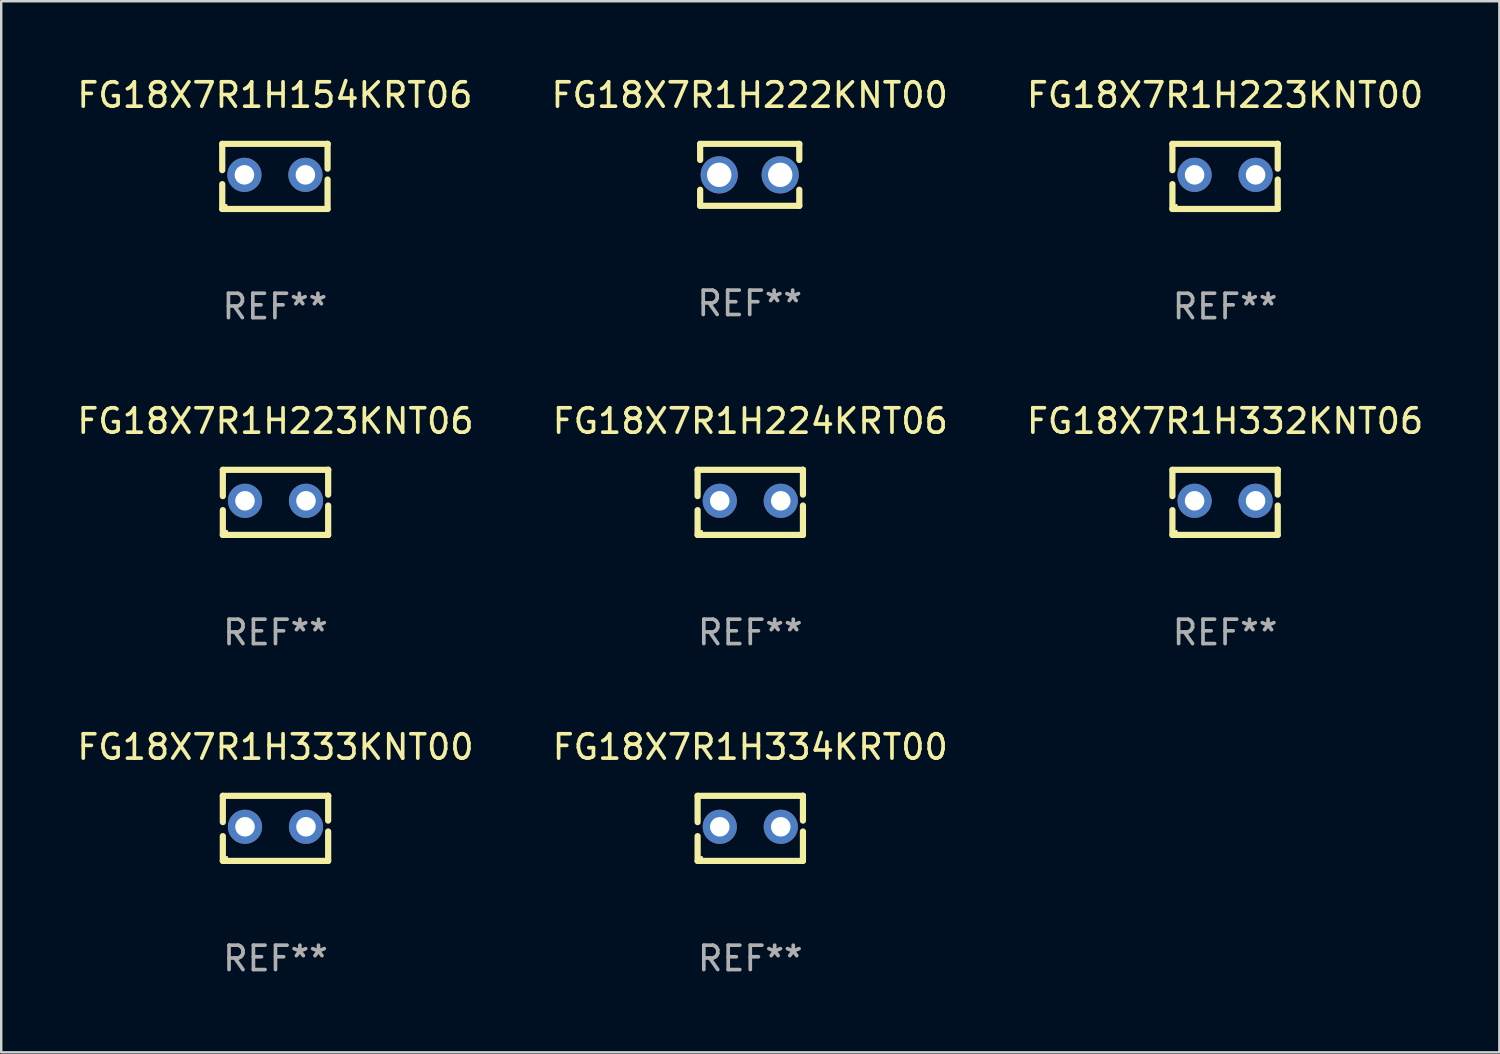
<source format=kicad_pcb>
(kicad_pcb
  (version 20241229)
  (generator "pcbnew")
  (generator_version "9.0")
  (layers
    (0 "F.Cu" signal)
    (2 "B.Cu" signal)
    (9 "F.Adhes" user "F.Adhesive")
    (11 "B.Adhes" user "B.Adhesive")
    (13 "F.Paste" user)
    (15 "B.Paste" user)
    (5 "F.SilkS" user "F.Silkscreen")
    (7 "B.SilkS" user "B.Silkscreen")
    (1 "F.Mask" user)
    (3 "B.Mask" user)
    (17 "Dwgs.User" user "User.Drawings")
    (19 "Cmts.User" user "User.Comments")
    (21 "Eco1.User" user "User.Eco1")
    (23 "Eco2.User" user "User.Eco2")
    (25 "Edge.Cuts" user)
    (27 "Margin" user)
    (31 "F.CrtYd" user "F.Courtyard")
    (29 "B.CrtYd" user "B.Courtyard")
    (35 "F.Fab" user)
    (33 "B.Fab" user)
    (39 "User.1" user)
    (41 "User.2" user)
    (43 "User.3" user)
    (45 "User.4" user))
  (footprint "FG18X7R1H222KNT00"
    (layer "F.Cu")
    (at 27.685 4.118)
    (property "Reference" "FG18X7R1H222KNT00" (at 0 -3.27 0) (layer "F.SilkS") (effects (font (size 1 1) (thickness 0.15))))
    (attr through_hole)
    (fp_line (start -2.032 -1.27) (end -2.032 -0.611) (stroke (width 0.254) (type solid)) (layer "F.SilkS"))
    (fp_line (start -2.032 0.611) (end -2.032 1.27) (stroke (width 0.254) (type solid)) (layer "F.SilkS"))
    (fp_line (start -2.032 1.27) (end 2.032 1.27) (stroke (width 0.254) (type solid)) (layer "F.SilkS"))
    (fp_line (start 2.032 -1.27) (end -2.032 -1.27) (stroke (width 0.254) (type solid)) (layer "F.SilkS"))
    (fp_line (start 2.032 -0.611) (end 2.032 -1.27) (stroke (width 0.254) (type solid)) (layer "F.SilkS"))
    (fp_line (start 2.032 1.27) (end 2.032 0.611) (stroke (width 0.254) (type solid)) (layer "F.SilkS"))
    (fp_circle (center -2 1.25) (end -1.97 1.25) (stroke (width 0.06) (type solid)) (fill no) (layer "F.SilkS"))
    (fp_text user "REF**" (at 0 5.27 0) (layer "F.Fab") (effects (font (size 1 1) (thickness 0.15))))
    (pad "1" thru_hole circle (at -1.25 0) (size 1.524 1.524) (drill 1) (layers "*.Cu" "*.Mask"))
    (pad "2" thru_hole circle (at 1.25 0) (size 1.524 1.524) (drill 1) (layers "*.Cu" "*.Mask")))
  (footprint "FG18X7R1H332KNT06"
    (layer "F.Cu")
    (at 47.173 17.545)
    (property "Reference" "FG18X7R1H332KNT06" (at 0 -3.334 0) (layer "F.SilkS") (effects (font (size 1 1) (thickness 0.15))))
    (attr through_hole)
    (fp_line (start -2.159 -1.334) (end 2.159 -1.334) (stroke (width 0.254) (type solid)) (layer "F.SilkS"))
    (fp_line (start -2.159 -0.256) (end -2.159 -1.334) (stroke (width 0.254) (type solid)) (layer "F.SilkS"))
    (fp_line (start -2.159 1.334) (end -2.159 0.318) (stroke (width 0.254) (type solid)) (layer "F.SilkS"))
    (fp_line (start 2.159 -1.334) (end 2.159 -1.334) (stroke (width 0.254) (type solid)) (layer "F.SilkS"))
    (fp_line (start 2.159 -1.334) (end 2.159 -0.318) (stroke (width 0.254) (type solid)) (layer "F.SilkS"))
    (fp_line (start 2.159 0.129) (end 2.159 1.334) (stroke (width 0.254) (type solid)) (layer "F.SilkS"))
    (fp_line (start 2.159 1.334) (end -2.159 1.334) (stroke (width 0.254) (type solid)) (layer "F.SilkS"))
    (fp_circle (center -2 1.186) (end -1.97 1.186) (stroke (width 0.06) (type solid)) (fill no) (layer "F.SilkS"))
    (fp_text user "REF**" (at 0 5.334 0) (layer "F.Fab") (effects (font (size 1 1) (thickness 0.15))))
    (pad "1" thru_hole circle (at -1.25 -0.064) (size 1.4 1.4) (drill 0.8) (layers "*.Cu" "*.Mask"))
    (pad "2" thru_hole circle (at 1.25 -0.064) (size 1.4 1.4) (drill 0.8) (layers "*.Cu" "*.Mask")))
  (footprint "FG18X7R1H333KNT00"
    (layer "F.Cu")
    (at 8.244 30.909)
    (property "Reference" "FG18X7R1H333KNT00" (at 0 -3.334 0) (layer "F.SilkS") (effects (font (size 1 1) (thickness 0.15))))
    (attr through_hole)
    (fp_line (start -2.159 -1.334) (end 2.159 -1.334) (stroke (width 0.254) (type solid)) (layer "F.SilkS"))
    (fp_line (start -2.159 -0.256) (end -2.159 -1.334) (stroke (width 0.254) (type solid)) (layer "F.SilkS"))
    (fp_line (start -2.159 1.334) (end -2.159 0.318) (stroke (width 0.254) (type solid)) (layer "F.SilkS"))
    (fp_line (start 2.159 -1.334) (end 2.159 -1.334) (stroke (width 0.254) (type solid)) (layer "F.SilkS"))
    (fp_line (start 2.159 -1.334) (end 2.159 -0.318) (stroke (width 0.254) (type solid)) (layer "F.SilkS"))
    (fp_line (start 2.159 0.129) (end 2.159 1.334) (stroke (width 0.254) (type solid)) (layer "F.SilkS"))
    (fp_line (start 2.159 1.334) (end -2.159 1.334) (stroke (width 0.254) (type solid)) (layer "F.SilkS"))
    (fp_circle (center -2 1.186) (end -1.97 1.186) (stroke (width 0.06) (type solid)) (fill no) (layer "F.SilkS"))
    (fp_text user "REF**" (at 0 5.334 0) (layer "F.Fab") (effects (font (size 1 1) (thickness 0.15))))
    (pad "1" thru_hole circle (at -1.25 -0.064) (size 1.4 1.4) (drill 0.8) (layers "*.Cu" "*.Mask"))
    (pad "2" thru_hole circle (at 1.25 -0.064) (size 1.4 1.4) (drill 0.8) (layers "*.Cu" "*.Mask")))
  (footprint "FG18X7R1H223KNT06"
    (layer "F.Cu")
    (at 8.244 17.545)
    (property "Reference" "FG18X7R1H223KNT06" (at 0 -3.334 0) (layer "F.SilkS") (effects (font (size 1 1) (thickness 0.15))))
    (attr through_hole)
    (fp_line (start -2.159 -1.334) (end 2.159 -1.334) (stroke (width 0.254) (type solid)) (layer "F.SilkS"))
    (fp_line (start -2.159 -0.256) (end -2.159 -1.334) (stroke (width 0.254) (type solid)) (layer "F.SilkS"))
    (fp_line (start -2.159 1.334) (end -2.159 0.318) (stroke (width 0.254) (type solid)) (layer "F.SilkS"))
    (fp_line (start 2.159 -1.334) (end 2.159 -1.334) (stroke (width 0.254) (type solid)) (layer "F.SilkS"))
    (fp_line (start 2.159 -1.334) (end 2.159 -0.318) (stroke (width 0.254) (type solid)) (layer "F.SilkS"))
    (fp_line (start 2.159 0.129) (end 2.159 1.334) (stroke (width 0.254) (type solid)) (layer "F.SilkS"))
    (fp_line (start 2.159 1.334) (end -2.159 1.334) (stroke (width 0.254) (type solid)) (layer "F.SilkS"))
    (fp_circle (center -2 1.186) (end -1.97 1.186) (stroke (width 0.06) (type solid)) (fill no) (layer "F.SilkS"))
    (fp_text user "REF**" (at 0 5.334 0) (layer "F.Fab") (effects (font (size 1 1) (thickness 0.15))))
    (pad "1" thru_hole circle (at -1.25 -0.064) (size 1.4 1.4) (drill 0.8) (layers "*.Cu" "*.Mask"))
    (pad "2" thru_hole circle (at 1.25 -0.064) (size 1.4 1.4) (drill 0.8) (layers "*.Cu" "*.Mask")))
  (footprint "FG18X7R1H334KRT00"
    (layer "F.Cu")
    (at 27.708 30.909)
    (property "Reference" "FG18X7R1H334KRT00" (at 0 -3.334 0) (layer "F.SilkS") (effects (font (size 1 1) (thickness 0.15))))
    (attr through_hole)
    (fp_line (start -2.159 -1.334) (end 2.159 -1.334) (stroke (width 0.254) (type solid)) (layer "F.SilkS"))
    (fp_line (start -2.159 -0.256) (end -2.159 -1.334) (stroke (width 0.254) (type solid)) (layer "F.SilkS"))
    (fp_line (start -2.159 1.334) (end -2.159 0.318) (stroke (width 0.254) (type solid)) (layer "F.SilkS"))
    (fp_line (start 2.159 -1.334) (end 2.159 -1.334) (stroke (width 0.254) (type solid)) (layer "F.SilkS"))
    (fp_line (start 2.159 -1.334) (end 2.159 -0.318) (stroke (width 0.254) (type solid)) (layer "F.SilkS"))
    (fp_line (start 2.159 0.129) (end 2.159 1.334) (stroke (width 0.254) (type solid)) (layer "F.SilkS"))
    (fp_line (start 2.159 1.334) (end -2.159 1.334) (stroke (width 0.254) (type solid)) (layer "F.SilkS"))
    (fp_circle (center -2 1.186) (end -1.97 1.186) (stroke (width 0.06) (type solid)) (fill no) (layer "F.SilkS"))
    (fp_text user "REF**" (at 0 5.334 0) (layer "F.Fab") (effects (font (size 1 1) (thickness 0.15))))
    (pad "1" thru_hole circle (at -1.25 -0.064) (size 1.4 1.4) (drill 0.8) (layers "*.Cu" "*.Mask"))
    (pad "2" thru_hole circle (at 1.25 -0.064) (size 1.4 1.4) (drill 0.8) (layers "*.Cu" "*.Mask")))
  (footprint "FG18X7R1H223KNT00"
    (layer "F.Cu")
    (at 47.173 4.182)
    (property "Reference" "FG18X7R1H223KNT00" (at 0 -3.334 0) (layer "F.SilkS") (effects (font (size 1 1) (thickness 0.15))))
    (attr through_hole)
    (fp_line (start -2.159 -1.334) (end 2.159 -1.334) (stroke (width 0.254) (type solid)) (layer "F.SilkS"))
    (fp_line (start -2.159 -0.256) (end -2.159 -1.334) (stroke (width 0.254) (type solid)) (layer "F.SilkS"))
    (fp_line (start -2.159 1.334) (end -2.159 0.318) (stroke (width 0.254) (type solid)) (layer "F.SilkS"))
    (fp_line (start 2.159 -1.334) (end 2.159 -1.334) (stroke (width 0.254) (type solid)) (layer "F.SilkS"))
    (fp_line (start 2.159 -1.334) (end 2.159 -0.318) (stroke (width 0.254) (type solid)) (layer "F.SilkS"))
    (fp_line (start 2.159 0.129) (end 2.159 1.334) (stroke (width 0.254) (type solid)) (layer "F.SilkS"))
    (fp_line (start 2.159 1.334) (end -2.159 1.334) (stroke (width 0.254) (type solid)) (layer "F.SilkS"))
    (fp_circle (center -2 1.186) (end -1.97 1.186) (stroke (width 0.06) (type solid)) (fill no) (layer "F.SilkS"))
    (fp_text user "REF**" (at 0 5.334 0) (layer "F.Fab") (effects (font (size 1 1) (thickness 0.15))))
    (pad "1" thru_hole circle (at -1.25 -0.064) (size 1.4 1.4) (drill 0.8) (layers "*.Cu" "*.Mask"))
    (pad "2" thru_hole circle (at 1.25 -0.064) (size 1.4 1.4) (drill 0.8) (layers "*.Cu" "*.Mask")))
  (footprint "FG18X7R1H224KRT06"
    (layer "F.Cu")
    (at 27.708 17.545)
    (property "Reference" "FG18X7R1H224KRT06" (at 0 -3.334 0) (layer "F.SilkS") (effects (font (size 1 1) (thickness 0.15))))
    (attr through_hole)
    (fp_line (start -2.159 -1.334) (end 2.159 -1.334) (stroke (width 0.254) (type solid)) (layer "F.SilkS"))
    (fp_line (start -2.159 -0.256) (end -2.159 -1.334) (stroke (width 0.254) (type solid)) (layer "F.SilkS"))
    (fp_line (start -2.159 1.334) (end -2.159 0.318) (stroke (width 0.254) (type solid)) (layer "F.SilkS"))
    (fp_line (start 2.159 -1.334) (end 2.159 -1.334) (stroke (width 0.254) (type solid)) (layer "F.SilkS"))
    (fp_line (start 2.159 -1.334) (end 2.159 -0.318) (stroke (width 0.254) (type solid)) (layer "F.SilkS"))
    (fp_line (start 2.159 0.129) (end 2.159 1.334) (stroke (width 0.254) (type solid)) (layer "F.SilkS"))
    (fp_line (start 2.159 1.334) (end -2.159 1.334) (stroke (width 0.254) (type solid)) (layer "F.SilkS"))
    (fp_circle (center -2 1.186) (end -1.97 1.186) (stroke (width 0.06) (type solid)) (fill no) (layer "F.SilkS"))
    (fp_text user "REF**" (at 0 5.334 0) (layer "F.Fab") (effects (font (size 1 1) (thickness 0.15))))
    (pad "1" thru_hole circle (at -1.25 -0.064) (size 1.4 1.4) (drill 0.8) (layers "*.Cu" "*.Mask"))
    (pad "2" thru_hole circle (at 1.25 -0.064) (size 1.4 1.4) (drill 0.8) (layers "*.Cu" "*.Mask")))
  (footprint "FG18X7R1H154KRT06"
    (layer "F.Cu")
    (at 8.22 4.182)
    (property "Reference" "FG18X7R1H154KRT06" (at 0 -3.334 0) (layer "F.SilkS") (effects (font (size 1 1) (thickness 0.15))))
    (attr through_hole)
    (fp_line (start -2.159 -1.334) (end 2.159 -1.334) (stroke (width 0.254) (type solid)) (layer "F.SilkS"))
    (fp_line (start -2.159 -0.256) (end -2.159 -1.334) (stroke (width 0.254) (type solid)) (layer "F.SilkS"))
    (fp_line (start -2.159 1.334) (end -2.159 0.318) (stroke (width 0.254) (type solid)) (layer "F.SilkS"))
    (fp_line (start 2.159 -1.334) (end 2.159 -1.334) (stroke (width 0.254) (type solid)) (layer "F.SilkS"))
    (fp_line (start 2.159 -1.334) (end 2.159 -0.318) (stroke (width 0.254) (type solid)) (layer "F.SilkS"))
    (fp_line (start 2.159 0.129) (end 2.159 1.334) (stroke (width 0.254) (type solid)) (layer "F.SilkS"))
    (fp_line (start 2.159 1.334) (end -2.159 1.334) (stroke (width 0.254) (type solid)) (layer "F.SilkS"))
    (fp_circle (center -2 1.186) (end -1.97 1.186) (stroke (width 0.06) (type solid)) (fill no) (layer "F.SilkS"))
    (fp_text user "REF**" (at 0 5.334 0) (layer "F.Fab") (effects (font (size 1 1) (thickness 0.15))))
    (pad "1" thru_hole circle (at -1.25 -0.064) (size 1.4 1.4) (drill 0.8) (layers "*.Cu" "*.Mask"))
    (pad "2" thru_hole circle (at 1.25 -0.064) (size 1.4 1.4) (drill 0.8) (layers "*.Cu" "*.Mask")))
  (gr_rect
    (start -3 -3)
    (end 58.417 40.091)
    (stroke (width 0.1) (type default))
    (fill no)
    (layer "Edge.Cuts")))
</source>
